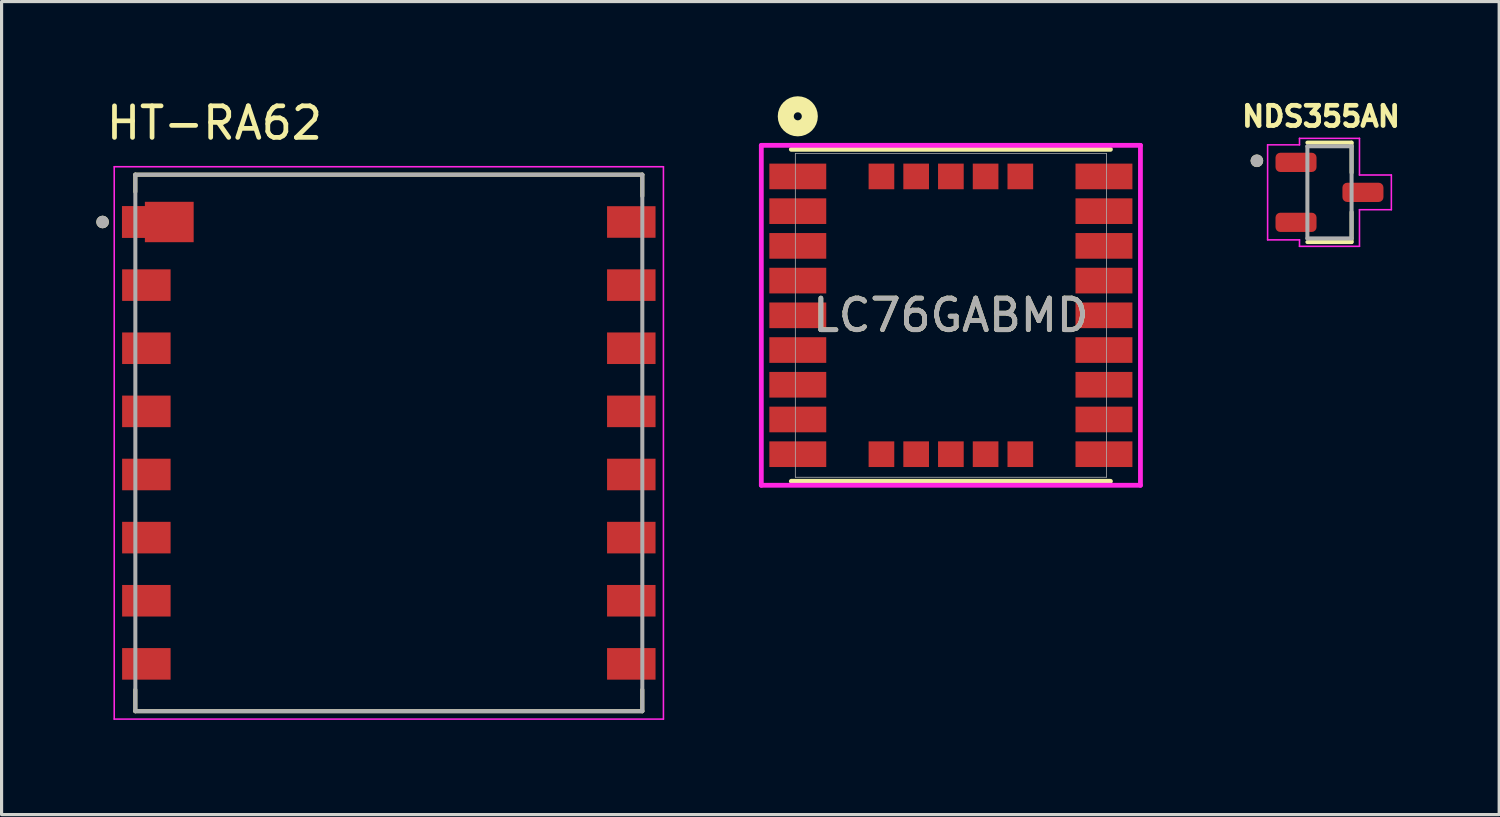
<source format=kicad_pcb>
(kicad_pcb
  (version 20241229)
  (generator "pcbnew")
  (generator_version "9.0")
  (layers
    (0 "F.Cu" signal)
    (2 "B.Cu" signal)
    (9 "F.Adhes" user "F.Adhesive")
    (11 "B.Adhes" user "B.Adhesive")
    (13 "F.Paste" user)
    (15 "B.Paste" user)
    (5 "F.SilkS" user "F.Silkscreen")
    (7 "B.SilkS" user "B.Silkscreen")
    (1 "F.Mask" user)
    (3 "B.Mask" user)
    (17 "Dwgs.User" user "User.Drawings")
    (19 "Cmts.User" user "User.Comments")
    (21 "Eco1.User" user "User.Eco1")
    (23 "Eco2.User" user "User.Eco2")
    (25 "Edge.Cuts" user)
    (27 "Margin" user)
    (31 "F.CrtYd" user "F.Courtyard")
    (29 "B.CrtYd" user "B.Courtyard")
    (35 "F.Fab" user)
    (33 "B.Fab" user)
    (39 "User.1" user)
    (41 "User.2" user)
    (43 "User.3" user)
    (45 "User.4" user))
  (footprint "NDS355AN"
    (layer "F.Cu")
    (at 39.071 3.044)
    (property "Reference" "NDS355AN" (at -0.268 -2.406 0) (layer "F.SilkS") (effects (font (size 0.64 0.64) (thickness 0.15))))
    (attr smd)
    (fp_line (start -0.7 -1.575) (end 0.7 -1.575) (stroke (width 0.127) (type solid)) (layer "F.SilkS"))
    (fp_line (start -0.7 1.575) (end 0.7 1.575) (stroke (width 0.127) (type solid)) (layer "F.SilkS"))
    (fp_line (start 0.7 -1.575) (end 0.7 -0.625) (stroke (width 0.127) (type solid)) (layer "F.SilkS"))
    (fp_line (start 0.7 0.625) (end 0.7 1.575) (stroke (width 0.127) (type solid)) (layer "F.SilkS"))
    (fp_circle (center -2.3 -1) (end -2.2 -1) (stroke (width 0.2) (type solid)) (fill no) (layer "F.SilkS"))
    (fp_line (start -1.96 -1.505) (end -1.96 1.505) (stroke (width 0.05) (type solid)) (layer "F.CrtYd"))
    (fp_line (start -1.96 1.505) (end -0.95 1.505) (stroke (width 0.05) (type solid)) (layer "F.CrtYd"))
    (fp_line (start -0.95 -1.71) (end -0.95 -1.505) (stroke (width 0.05) (type solid)) (layer "F.CrtYd"))
    (fp_line (start -0.95 -1.71) (end 0.95 -1.71) (stroke (width 0.05) (type solid)) (layer "F.CrtYd"))
    (fp_line (start -0.95 -1.505) (end -1.96 -1.505) (stroke (width 0.05) (type solid)) (layer "F.CrtYd"))
    (fp_line (start -0.95 1.505) (end -0.95 1.71) (stroke (width 0.05) (type solid)) (layer "F.CrtYd"))
    (fp_line (start -0.95 1.71) (end 0.95 1.71) (stroke (width 0.05) (type solid)) (layer "F.CrtYd"))
    (fp_line (start 0.95 -1.71) (end 0.95 -0.55) (stroke (width 0.05) (type solid)) (layer "F.CrtYd"))
    (fp_line (start 0.95 -0.55) (end 1.96 -0.55) (stroke (width 0.05) (type solid)) (layer "F.CrtYd"))
    (fp_line (start 0.95 0.55) (end 0.95 1.71) (stroke (width 0.05) (type solid)) (layer "F.CrtYd"))
    (fp_line (start 1.96 -0.55) (end 1.96 0.55) (stroke (width 0.05) (type solid)) (layer "F.CrtYd"))
    (fp_line (start 1.96 0.55) (end 0.95 0.55) (stroke (width 0.05) (type solid)) (layer "F.CrtYd"))
    (fp_line (start -0.7 -1.46) (end 0.7 -1.46) (stroke (width 0.127) (type solid)) (layer "F.Fab"))
    (fp_line (start -0.7 1.46) (end -0.7 -1.46) (stroke (width 0.127) (type solid)) (layer "F.Fab"))
    (fp_line (start 0.7 -1.46) (end 0.7 1.46) (stroke (width 0.127) (type solid)) (layer "F.Fab"))
    (fp_line (start 0.7 1.46) (end -0.7 1.46) (stroke (width 0.127) (type solid)) (layer "F.Fab"))
    (fp_circle (center -2.3 -1) (end -2.2 -1) (stroke (width 0.2) (type solid)) (fill no) (layer "F.Fab"))
    (pad "1" smd roundrect (at -1.06 -0.95) (size 1.3 0.61) (layers "F.Cu" "F.Mask" "F.Paste") (roundrect_rratio 0.25))
    (pad "2" smd roundrect (at -1.06 0.95) (size 1.3 0.61) (layers "F.Cu" "F.Mask" "F.Paste") (roundrect_rratio 0.25))
    (pad "3" smd roundrect (at 1.06 0) (size 1.3 0.61) (layers "F.Cu" "F.Mask" "F.Paste") (roundrect_rratio 0.25)))
  (footprint "LC76GABMD"
    (layer "F.Cu")
    (at 22.226 2.54)
    (property "Reference" "LC76GABMD" (at 4.85 4.4 0) (unlocked yes) (layer "F.SilkS") (effects (font (size 1 1) (thickness 0.15))))
    (attr smd)
    (fp_line (start -0.205 9.658) (end 9.905 9.658) (stroke (width 0.152) (type solid)) (layer "F.SilkS"))
    (fp_line (start 9.905 -0.858) (end -0.205 -0.858) (stroke (width 0.152) (type solid)) (layer "F.SilkS"))
    (fp_circle (center 0 -1.905) (end 0.381 -1.905) (stroke (width 0.508) (type solid)) (fill no) (layer "F.SilkS"))
    (fp_line (start -1.156 -0.985) (end -1.156 9.785) (stroke (width 0.152) (type solid)) (layer "F.CrtYd"))
    (fp_line (start -1.156 9.785) (end 10.856 9.785) (stroke (width 0.152) (type solid)) (layer "F.CrtYd"))
    (fp_line (start 10.856 -0.985) (end -1.156 -0.985) (stroke (width 0.152) (type solid)) (layer "F.CrtYd"))
    (fp_line (start 10.856 9.785) (end 10.856 -0.985) (stroke (width 0.152) (type solid)) (layer "F.CrtYd"))
    (fp_line (start -0.078 -0.731) (end -0.078 9.531) (stroke (width 0.025) (type solid)) (layer "F.Fab"))
    (fp_line (start -0.078 9.531) (end 9.778 9.531) (stroke (width 0.025) (type solid)) (layer "F.Fab"))
    (fp_line (start 9.778 -0.731) (end -0.078 -0.731) (stroke (width 0.025) (type solid)) (layer "F.Fab"))
    (fp_line (start 9.778 9.531) (end 9.778 -0.731) (stroke (width 0.025) (type solid)) (layer "F.Fab"))
    (fp_text user "${REFERENCE}" (at 4.85 4.4 0) (unlocked yes) (layer "F.Fab") (effects (font (size 1 1) (thickness 0.15))))
    (pad "1" smd rect (at 0 0) (size 1.803 0.813) (layers "F.Cu" "F.Mask" "F.Paste"))
    (pad "2" smd rect (at 0 1.1) (size 1.803 0.813) (layers "F.Cu" "F.Mask" "F.Paste"))
    (pad "3" smd rect (at 0 2.2) (size 1.803 0.813) (layers "F.Cu" "F.Mask" "F.Paste"))
    (pad "4" smd rect (at 0 3.3) (size 1.803 0.813) (layers "F.Cu" "F.Mask" "F.Paste"))
    (pad "5" smd rect (at 0 4.4) (size 1.803 0.813) (layers "F.Cu" "F.Mask" "F.Paste"))
    (pad "6" smd rect (at 0 5.5) (size 1.803 0.813) (layers "F.Cu" "F.Mask" "F.Paste"))
    (pad "7" smd rect (at 0 6.6) (size 1.803 0.813) (layers "F.Cu" "F.Mask" "F.Paste"))
    (pad "8" smd rect (at 0 7.7) (size 1.803 0.813) (layers "F.Cu" "F.Mask" "F.Paste"))
    (pad "9" smd rect (at 0 8.8) (size 1.803 0.813) (layers "F.Cu" "F.Mask" "F.Paste"))
    (pad "10" smd rect (at 9.7 8.8) (size 1.803 0.813) (layers "F.Cu" "F.Mask" "F.Paste"))
    (pad "11" smd rect (at 9.7 7.7) (size 1.803 0.813) (layers "F.Cu" "F.Mask" "F.Paste"))
    (pad "12" smd rect (at 9.7 6.6) (size 1.803 0.813) (layers "F.Cu" "F.Mask" "F.Paste"))
    (pad "13" smd rect (at 9.7 5.5) (size 1.803 0.813) (layers "F.Cu" "F.Mask" "F.Paste"))
    (pad "14" smd rect (at 9.7 4.4) (size 1.803 0.813) (layers "F.Cu" "F.Mask" "F.Paste"))
    (pad "15" smd rect (at 9.7 3.3) (size 1.803 0.813) (layers "F.Cu" "F.Mask" "F.Paste"))
    (pad "16" smd rect (at 9.7 2.2) (size 1.803 0.813) (layers "F.Cu" "F.Mask" "F.Paste"))
    (pad "17" smd rect (at 9.7 1.1) (size 1.803 0.813) (layers "F.Cu" "F.Mask" "F.Paste"))
    (pad "18" smd rect (at 9.7 0) (size 1.803 0.813) (layers "F.Cu" "F.Mask" "F.Paste"))
    (pad "19" smd rect (at 7.05 0) (size 0.813 0.813) (layers "F.Cu" "F.Mask" "F.Paste"))
    (pad "20" smd rect (at 5.95 0) (size 0.813 0.813) (layers "F.Cu" "F.Mask" "F.Paste"))
    (pad "21" smd rect (at 4.85 0) (size 0.813 0.813) (layers "F.Cu" "F.Mask" "F.Paste"))
    (pad "22" smd rect (at 3.75 0) (size 0.813 0.813) (layers "F.Cu" "F.Mask" "F.Paste"))
    (pad "23" smd rect (at 2.65 0) (size 0.813 0.813) (layers "F.Cu" "F.Mask" "F.Paste"))
    (pad "24" smd rect (at 2.65 8.8) (size 0.813 0.813) (layers "F.Cu" "F.Mask" "F.Paste"))
    (pad "25" smd rect (at 3.75 8.8) (size 0.813 0.813) (layers "F.Cu" "F.Mask" "F.Paste"))
    (pad "26" smd rect (at 4.85 8.8) (size 0.813 0.813) (layers "F.Cu" "F.Mask" "F.Paste"))
    (pad "27" smd rect (at 5.95 8.8) (size 0.813 0.813) (layers "F.Cu" "F.Mask" "F.Paste"))
    (pad "28" smd rect (at 7.05 8.8) (size 0.813 0.813) (layers "F.Cu" "F.Mask" "F.Paste")))
  (footprint "HT-RA62"
    (layer "F.Cu")
    (at 9.269 10.983)
    (property "Reference" "HT-RA62" (at -5.525 -10.135 0) (layer "F.SilkS") (effects (font (size 1 1) (thickness 0.15))))
    (attr smd)
    (fp_poly (pts (xy -6.088 -7.735) (xy -6.088 -6.265) (xy -7.824 -6.265) (xy -7.824 -6.4) (xy -8.55 -6.4) (xy -8.55 -7.6) (xy -7.824 -7.6) (xy -7.824 -7.735)) (stroke (width 0.01) (type solid)) (fill yes) (layer "F.Mask"))
    (fp_line (start -8.031 -8.5) (end 8.031 -8.5) (stroke (width 0.127) (type solid)) (layer "F.SilkS"))
    (fp_line (start -8.031 -7.955) (end -8.031 -8.5) (stroke (width 0.127) (type solid)) (layer "F.SilkS"))
    (fp_line (start -8.031 8.5) (end -8.031 7.82) (stroke (width 0.127) (type solid)) (layer "F.SilkS"))
    (fp_line (start 8.031 -8.5) (end 8.031 -7.82) (stroke (width 0.127) (type solid)) (layer "F.SilkS"))
    (fp_line (start 8.031 8.5) (end -8.031 8.5) (stroke (width 0.127) (type solid)) (layer "F.SilkS"))
    (fp_line (start 8.031 8.5) (end 8.031 7.82) (stroke (width 0.127) (type solid)) (layer "F.SilkS"))
    (fp_circle (center -9.069 -7) (end -8.969 -7) (stroke (width 0.2) (type solid)) (fill no) (layer "F.SilkS"))
    (fp_poly (pts (xy -6.188 -7.635) (xy -6.188 -6.365) (xy -7.724 -6.365) (xy -7.724 -6.5) (xy -8.45 -6.5) (xy -8.45 -7.5) (xy -7.724 -7.5) (xy -7.724 -7.635)) (stroke (width 0.01) (type solid)) (fill yes) (layer "F.Paste"))
    (fp_line (start -8.7 -8.75) (end -8.7 8.75) (stroke (width 0.05) (type solid)) (layer "F.CrtYd"))
    (fp_line (start -8.7 8.75) (end 8.7 8.75) (stroke (width 0.05) (type solid)) (layer "F.CrtYd"))
    (fp_line (start 8.7 -8.75) (end -8.7 -8.75) (stroke (width 0.05) (type solid)) (layer "F.CrtYd"))
    (fp_line (start 8.7 8.75) (end 8.7 -8.75) (stroke (width 0.05) (type solid)) (layer "F.CrtYd"))
    (fp_line (start -8.031 -8.5) (end 8.031 -8.5) (stroke (width 0.127) (type solid)) (layer "F.Fab"))
    (fp_line (start -8.031 8.5) (end -8.031 -8.5) (stroke (width 0.127) (type solid)) (layer "F.Fab"))
    (fp_line (start 8.031 -8.5) (end 8.031 8.5) (stroke (width 0.127) (type solid)) (layer "F.Fab"))
    (fp_line (start 8.031 8.5) (end -8.031 8.5) (stroke (width 0.127) (type solid)) (layer "F.Fab"))
    (fp_circle (center -9.069 -7) (end -8.969 -7) (stroke (width 0.2) (type solid)) (fill no) (layer "F.Fab"))
    (pad "1" smd custom (at -7.682 -7) (size 1.536 1) (layers "F.Cu") (options (anchor rect)) (primitives (gr_poly (pts (xy 1.494 -0.635) (xy 1.494 0.635) (xy -0.042 0.635) (xy -0.042 0.5) (xy -0.768 0.5) (xy -0.768 -0.5) (xy -0.042 -0.5) (xy -0.042 -0.635)) (width 0.01) (fill yes))))
    (pad "2" smd rect (at -7.682 -5) (size 1.536 1) (layers "F.Cu" "F.Mask" "F.Paste"))
    (pad "3" smd rect (at -7.682 -3) (size 1.536 1) (layers "F.Cu" "F.Mask" "F.Paste"))
    (pad "4" smd rect (at -7.682 -1) (size 1.536 1) (layers "F.Cu" "F.Mask" "F.Paste"))
    (pad "5" smd rect (at -7.682 1) (size 1.536 1) (layers "F.Cu" "F.Mask" "F.Paste"))
    (pad "6" smd rect (at -7.682 3) (size 1.536 1) (layers "F.Cu" "F.Mask" "F.Paste"))
    (pad "7" smd rect (at -7.682 5) (size 1.536 1) (layers "F.Cu" "F.Mask" "F.Paste"))
    (pad "8" smd rect (at -7.682 7) (size 1.536 1) (layers "F.Cu" "F.Mask" "F.Paste"))
    (pad "9" smd rect (at 7.682 7) (size 1.536 1) (layers "F.Cu" "F.Mask" "F.Paste"))
    (pad "10" smd rect (at 7.682 5) (size 1.536 1) (layers "F.Cu" "F.Mask" "F.Paste"))
    (pad "11" smd rect (at 7.682 3) (size 1.536 1) (layers "F.Cu" "F.Mask" "F.Paste"))
    (pad "12" smd rect (at 7.682 1) (size 1.536 1) (layers "F.Cu" "F.Mask" "F.Paste"))
    (pad "13" smd rect (at 7.682 -1) (size 1.536 1) (layers "F.Cu" "F.Mask" "F.Paste"))
    (pad "14" smd rect (at 7.682 -3) (size 1.536 1) (layers "F.Cu" "F.Mask" "F.Paste"))
    (pad "15" smd rect (at 7.682 -5) (size 1.536 1) (layers "F.Cu" "F.Mask" "F.Paste"))
    (pad "16" smd rect (at 7.682 -7) (size 1.536 1) (layers "F.Cu" "F.Mask" "F.Paste")))
  (gr_rect
    (start -3 -3)
    (end 44.447 22.758)
    (stroke (width 0.1) (type default))
    (fill no)
    (layer "Edge.Cuts")))
</source>
